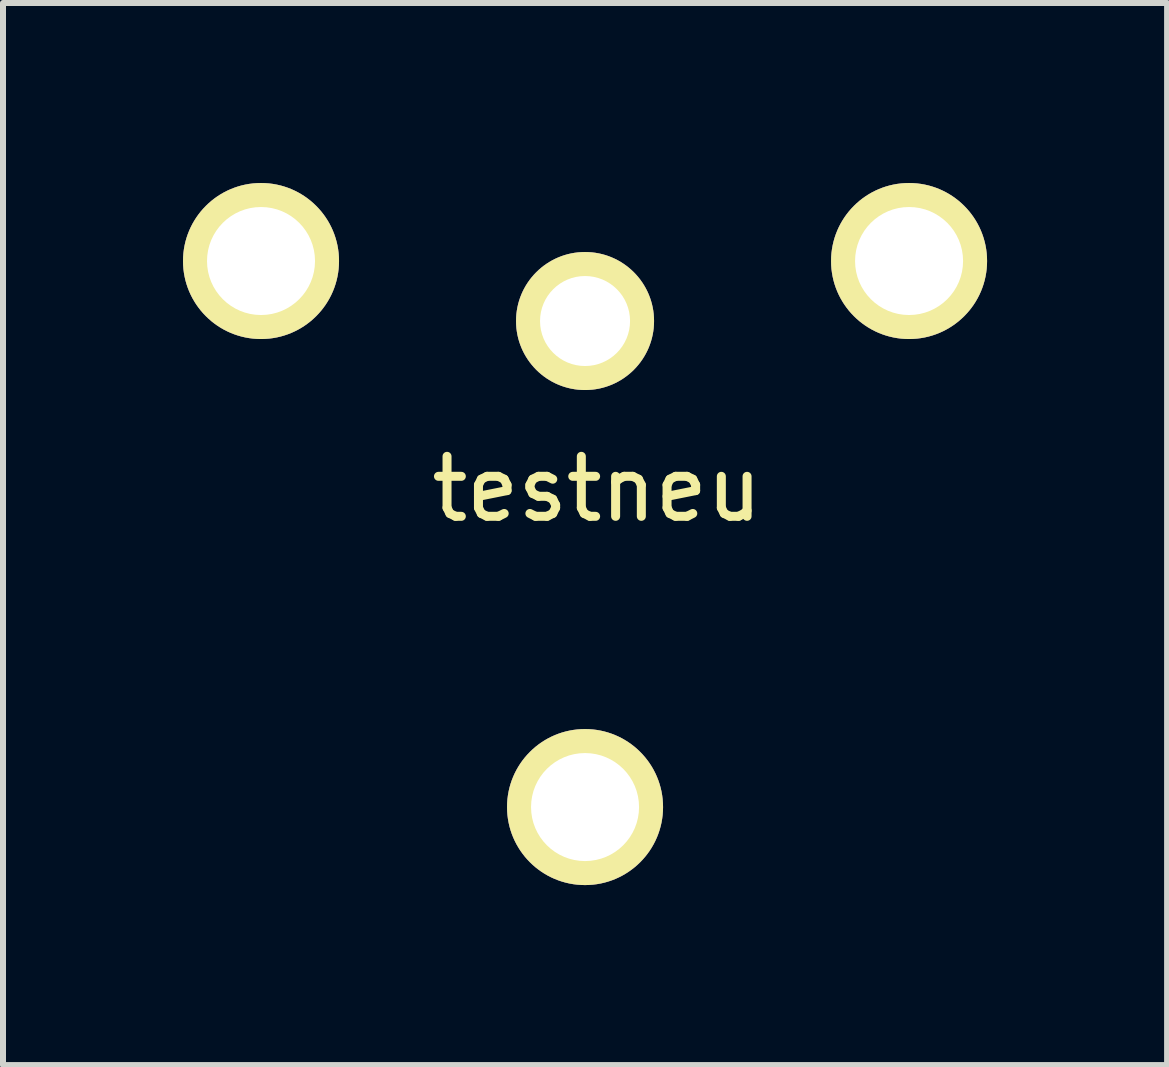
<source format=kicad_pcb>
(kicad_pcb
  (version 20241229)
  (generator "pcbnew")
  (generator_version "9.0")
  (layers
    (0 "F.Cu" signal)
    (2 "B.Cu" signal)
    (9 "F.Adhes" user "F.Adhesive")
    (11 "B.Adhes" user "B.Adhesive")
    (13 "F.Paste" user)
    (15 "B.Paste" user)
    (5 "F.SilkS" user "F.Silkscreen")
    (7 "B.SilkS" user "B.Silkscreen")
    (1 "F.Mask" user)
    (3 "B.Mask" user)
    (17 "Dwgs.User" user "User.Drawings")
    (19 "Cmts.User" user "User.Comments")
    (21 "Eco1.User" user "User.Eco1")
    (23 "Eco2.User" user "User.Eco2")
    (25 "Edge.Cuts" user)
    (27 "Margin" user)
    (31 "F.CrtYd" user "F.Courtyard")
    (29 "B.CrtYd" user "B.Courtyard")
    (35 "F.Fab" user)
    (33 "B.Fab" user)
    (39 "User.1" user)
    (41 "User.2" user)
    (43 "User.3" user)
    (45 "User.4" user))
  (footprint "testneu"
    (layer "F.Cu")
    (at 6.7 2.3)
    (property "Reference" "testneu" (at 0.2 2.8 0) (layer "F.SilkS") (effects (font (size 1 1) (thickness 0.15))))
    (attr through_hole)
    (pad "1" thru_hole circle (at 0 0) (size 2.3 2.3) (drill 1.5) (layers "*.Cu" "*.Mask" "F.SilkS"))
    (pad "2" thru_hole circle (at 0 8.1) (size 2.6 2.6) (drill 1.8) (layers "*.Cu" "*.Mask" "F.SilkS"))
    (pad "3" thru_hole circle (at -5.4 -1) (size 2.6 2.6) (drill 1.8) (layers "*.Cu" "*.Mask" "F.SilkS"))
    (pad "3" thru_hole circle (at 5.4 -1) (size 2.6 2.6) (drill 1.8) (layers "*.Cu" "*.Mask" "F.SilkS")))
  (gr_rect
    (start -3 -3)
    (end 16.4 14.7)
    (stroke (width 0.1) (type default))
    (fill no)
    (layer "Edge.Cuts")))
</source>
